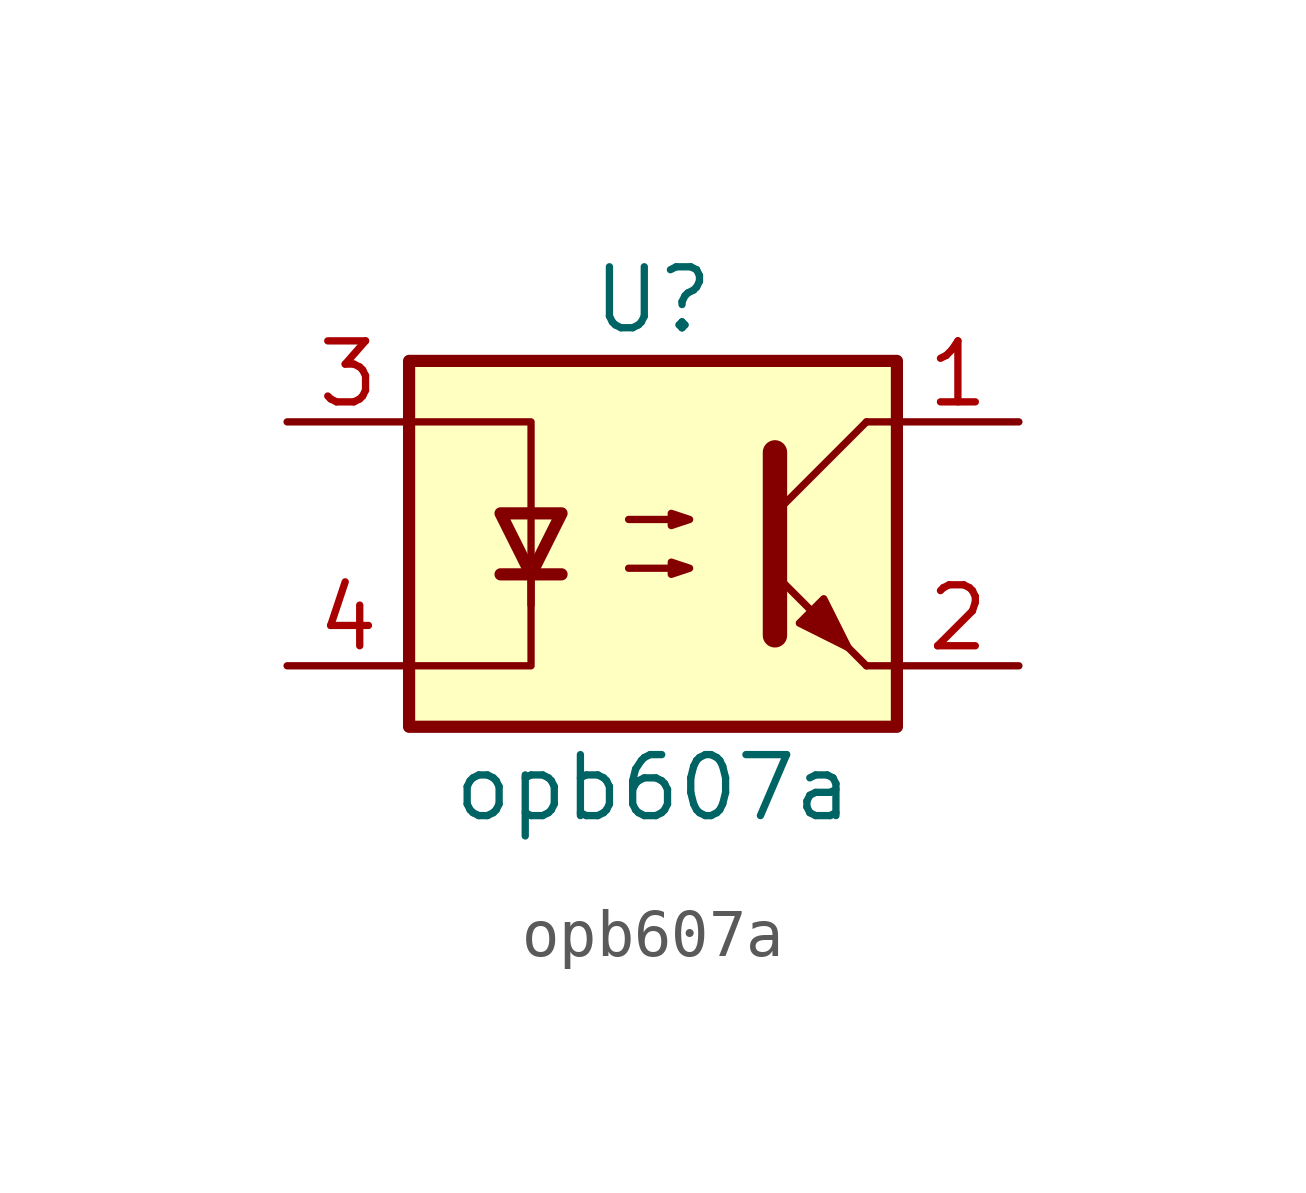
<source format=kicad_sym>
(kicad_symbol_lib
  (version 20211014)
  (generator kicad_symbol_editor)
  (symbol "opb607a"
    (property "Reference" "U"
      (at 0 5.08 0)
      (effects (font (size 1.27 1.27))))
    (property "Value" "opb607a"
      (at 0 -5.08 0)
      (effects (font (size 1.27 1.27))))
    (symbol "opb607a_0_1"
      (rectangle (start -5.08 3.81) (end 5.08 -3.81) (stroke (width 0.254) (type default) (color 0 0 0 0)) (fill (type background)))
      (polyline (pts (xy -3.175 -0.635) (xy -1.905 -0.635)) (stroke (width 0.254) (type default) (color 0 0 0 0)) (fill (type none)))
      (polyline (pts (xy 2.54 0.635) (xy 4.445 2.54)) (stroke (width 0) (type default) (color 0 0 0 0)) (fill (type none)))
      (polyline (pts (xy 4.445 -2.54) (xy 2.54 -0.635)) (stroke (width 0) (type default) (color 0 0 0 0)) (fill (type outline)))
      (polyline (pts (xy 4.445 -2.54) (xy 5.08 -2.54)) (stroke (width 0) (type default) (color 0 0 0 0)) (fill (type none)))
      (polyline (pts (xy 4.445 2.54) (xy 5.08 2.54)) (stroke (width 0) (type default) (color 0 0 0 0)) (fill (type none)))
      (polyline (pts (xy -2.54 -0.635) (xy -2.54 -2.54) (xy -5.08 -2.54)) (stroke (width 0) (type default) (color 0 0 0 0)) (fill (type none)))
      (polyline (pts (xy 2.54 1.905) (xy 2.54 -1.905) (xy 2.54 -1.905)) (stroke (width 0.508) (type default) (color 0 0 0 0)) (fill (type none)))
      (polyline (pts (xy -5.08 2.54) (xy -2.54 2.54) (xy -2.54 -1.27) (xy -2.54 0.635)) (stroke (width 0) (type default) (color 0 0 0 0)) (fill (type none)))
      (polyline (pts (xy -2.54 -0.635) (xy -3.175 0.635) (xy -1.905 0.635) (xy -2.54 -0.635)) (stroke (width 0.254) (type default) (color 0 0 0 0)) (fill (type none)))
      (polyline (pts (xy -0.508 -0.508) (xy 0.762 -0.508) (xy 0.381 -0.635) (xy 0.381 -0.381) (xy 0.762 -0.508)) (stroke (width 0) (type default) (color 0 0 0 0)) (fill (type none)))
      (polyline (pts (xy -0.508 0.508) (xy 0.762 0.508) (xy 0.381 0.381) (xy 0.381 0.635) (xy 0.762 0.508)) (stroke (width 0) (type default) (color 0 0 0 0)) (fill (type none)))
      (polyline (pts (xy 3.048 -1.651) (xy 3.556 -1.143) (xy 4.064 -2.159) (xy 3.048 -1.651) (xy 3.048 -1.651)) (stroke (width 0) (type default) (color 0 0 0 0)) (fill (type outline))))
    (symbol "opb607a_1_1"
      (pin passive line (at 7.62 2.54 180) (length 2.54) (name "" (effects (font (size 1.27 1.27)))) (number "1" (effects (font (size 1.27 1.27)))))
      (pin passive line (at 7.62 -2.54 180) (length 2.54) (name "" (effects (font (size 1.27 1.27)))) (number "2" (effects (font (size 1.27 1.27)))))
      (pin passive line (at -7.62 2.54 0) (length 2.54) (name "~" (effects (font (size 1.27 1.27)))) (number "3" (effects (font (size 1.27 1.27)))))
      (pin passive line (at -7.62 -2.54 0) (length 2.54) (name "" (effects (font (size 1.27 1.27)))) (number "4" (effects (font (size 1.27 1.27))))))))
</source>
